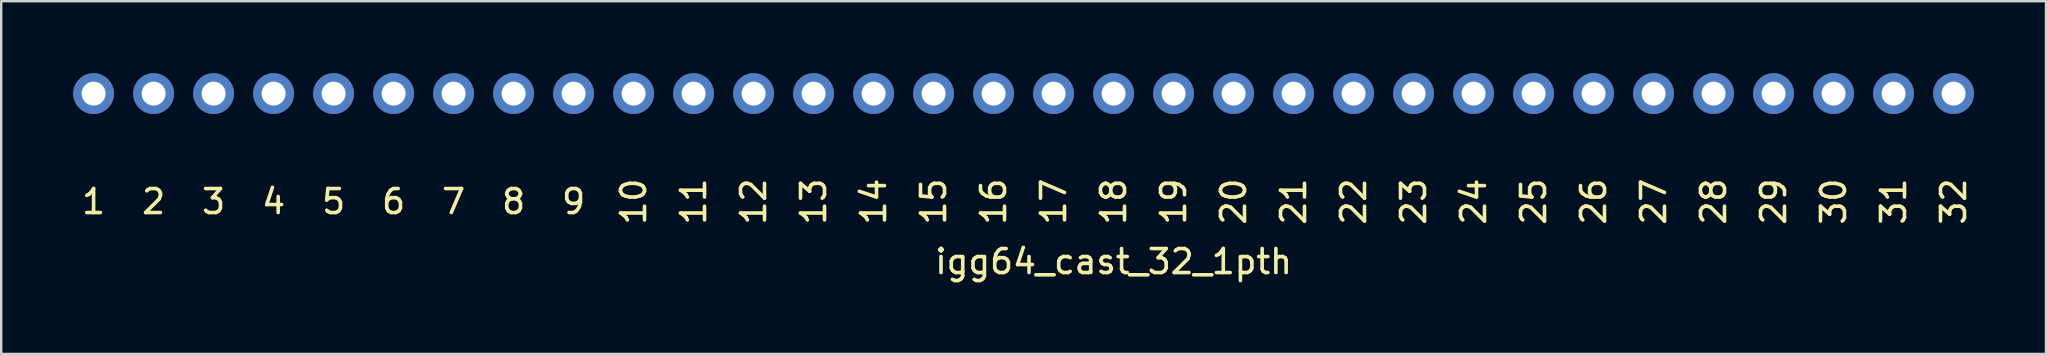
<source format=kicad_pcb>
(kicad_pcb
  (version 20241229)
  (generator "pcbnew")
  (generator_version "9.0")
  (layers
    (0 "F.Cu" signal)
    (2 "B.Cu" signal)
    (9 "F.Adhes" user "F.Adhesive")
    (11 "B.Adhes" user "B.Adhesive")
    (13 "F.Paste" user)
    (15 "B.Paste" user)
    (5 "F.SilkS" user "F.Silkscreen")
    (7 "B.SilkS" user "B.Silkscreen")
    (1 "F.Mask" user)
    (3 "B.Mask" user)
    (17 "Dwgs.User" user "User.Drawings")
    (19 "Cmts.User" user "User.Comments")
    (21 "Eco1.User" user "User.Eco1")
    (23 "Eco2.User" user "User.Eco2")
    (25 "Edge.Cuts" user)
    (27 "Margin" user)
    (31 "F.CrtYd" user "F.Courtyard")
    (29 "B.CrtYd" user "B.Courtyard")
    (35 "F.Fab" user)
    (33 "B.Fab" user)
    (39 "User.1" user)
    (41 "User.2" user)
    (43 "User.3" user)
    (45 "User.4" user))
  (footprint "igg64_cast_32_1pth"
    (layer "F.Cu")
    (at 38.35 2.85)
    (property "Reference" "igg64_cast_32_1pth" (at 5 5 0) (layer "F.SilkS") (effects (font (size 1 1) (thickness 0.15))))
    (attr through_hole)
    (fp_text user "20" (at 10 2.5 90) (layer "F.SilkS") (effects (font (size 1 1) (thickness 0.15))))
    (fp_text user "10" (at -15 2.5 90) (layer "F.SilkS") (effects (font (size 1 1) (thickness 0.15))))
    (fp_text user "12" (at -10 2.5 90) (layer "F.SilkS") (effects (font (size 1 1) (thickness 0.15))))
    (fp_text user "31" (at 37.5 2.5 90) (layer "F.SilkS") (effects (font (size 1 1) (thickness 0.15))))
    (fp_text user "6" (at -25 2.5 0) (layer "F.SilkS") (effects (font (size 1 1) (thickness 0.15))))
    (fp_text user "18" (at 5 2.5 90) (layer "F.SilkS") (effects (font (size 1 1) (thickness 0.15))))
    (fp_text user "29" (at 32.5 2.5 90) (layer "F.SilkS") (effects (font (size 1 1) (thickness 0.15))))
    (fp_text user "23" (at 17.5 2.5 90) (layer "F.SilkS") (effects (font (size 1 1) (thickness 0.15))))
    (fp_text user "15" (at -2.5 2.5 90) (layer "F.SilkS") (effects (font (size 1 1) (thickness 0.15))))
    (fp_text user "16" (at 0 2.5 90) (layer "F.SilkS") (effects (font (size 1 1) (thickness 0.15))))
    (fp_text user "25" (at 22.5 2.5 90) (layer "F.SilkS") (effects (font (size 1 1) (thickness 0.15))))
    (fp_text user "3" (at -32.5 2.5 0) (layer "F.SilkS") (effects (font (size 1 1) (thickness 0.15))))
    (fp_text user "2" (at -35 2.5 0) (layer "F.SilkS") (effects (font (size 1 1) (thickness 0.15))))
    (fp_text user "32" (at 40 2.5 90) (layer "F.SilkS") (effects (font (size 1 1) (thickness 0.15))))
    (fp_text user "21" (at 12.5 2.5 90) (layer "F.SilkS") (effects (font (size 1 1) (thickness 0.15))))
    (fp_text user "4" (at -30 2.5 0) (layer "F.SilkS") (effects (font (size 1 1) (thickness 0.15))))
    (fp_text user "8" (at -20 2.5 0) (layer "F.SilkS") (effects (font (size 1 1) (thickness 0.15))))
    (fp_text user "22" (at 15 2.5 90) (layer "F.SilkS") (effects (font (size 1 1) (thickness 0.15))))
    (fp_text user "11" (at -12.5 2.5 90) (layer "F.SilkS") (effects (font (size 1 1) (thickness 0.15))))
    (fp_text user "24" (at 20 2.5 90) (layer "F.SilkS") (effects (font (size 1 1) (thickness 0.15))))
    (fp_text user "9" (at -17.5 2.5 0) (layer "F.SilkS") (effects (font (size 1 1) (thickness 0.15))))
    (fp_text user "14" (at -5 2.5 90) (layer "F.SilkS") (effects (font (size 1 1) (thickness 0.15))))
    (fp_text user "30" (at 35 2.5 90) (layer "F.SilkS") (effects (font (size 1 1) (thickness 0.15))))
    (fp_text user "27" (at 27.5 2.5 90) (layer "F.SilkS") (effects (font (size 1 1) (thickness 0.15))))
    (fp_text user "26" (at 25 2.5 90) (layer "F.SilkS") (effects (font (size 1 1) (thickness 0.15))))
    (fp_text user "7" (at -22.5 2.5 0) (layer "F.SilkS") (effects (font (size 1 1) (thickness 0.15))))
    (fp_text user "5" (at -27.5 2.5 0) (layer "F.SilkS") (effects (font (size 1 1) (thickness 0.15))))
    (fp_text user "19" (at 7.5 2.5 90) (layer "F.SilkS") (effects (font (size 1 1) (thickness 0.15))))
    (fp_text user "17" (at 2.5 2.5 90) (layer "F.SilkS") (effects (font (size 1 1) (thickness 0.15))))
    (fp_text user "1" (at -37.5 2.5 0) (layer "F.SilkS") (effects (font (size 1 1) (thickness 0.15))))
    (fp_text user "28" (at 30 2.5 90) (layer "F.SilkS") (effects (font (size 1 1) (thickness 0.15))))
    (fp_text user "13" (at -7.5 2.5 90) (layer "F.SilkS") (effects (font (size 1 1) (thickness 0.15))))
    (pad "1" thru_hole circle (at -37.5 -2) (size 1.7 1.7) (drill 1) (layers "*.Cu" "*.Mask"))
    (pad "2" thru_hole circle (at -35 -2) (size 1.7 1.7) (drill 1) (layers "*.Cu" "*.Mask"))
    (pad "3" thru_hole circle (at -32.5 -2) (size 1.7 1.7) (drill 1) (layers "*.Cu" "*.Mask"))
    (pad "4" thru_hole circle (at -30 -2) (size 1.7 1.7) (drill 1) (layers "*.Cu" "*.Mask"))
    (pad "5" thru_hole circle (at -27.5 -2) (size 1.7 1.7) (drill 1) (layers "*.Cu" "*.Mask"))
    (pad "6" thru_hole circle (at -25 -2) (size 1.7 1.7) (drill 1) (layers "*.Cu" "*.Mask"))
    (pad "7" thru_hole circle (at -22.5 -2) (size 1.7 1.7) (drill 1) (layers "*.Cu" "*.Mask"))
    (pad "8" thru_hole circle (at -20 -2) (size 1.7 1.7) (drill 1) (layers "*.Cu" "*.Mask"))
    (pad "9" thru_hole circle (at -17.5 -2) (size 1.7 1.7) (drill 1) (layers "*.Cu" "*.Mask"))
    (pad "10" thru_hole circle (at -15 -2) (size 1.7 1.7) (drill 1) (layers "*.Cu" "*.Mask"))
    (pad "11" thru_hole circle (at -12.5 -2) (size 1.7 1.7) (drill 1) (layers "*.Cu" "*.Mask"))
    (pad "12" thru_hole circle (at -10 -2) (size 1.7 1.7) (drill 1) (layers "*.Cu" "*.Mask"))
    (pad "13" thru_hole circle (at -7.5 -2) (size 1.7 1.7) (drill 1) (layers "*.Cu" "*.Mask"))
    (pad "14" thru_hole circle (at -5 -2) (size 1.7 1.7) (drill 1) (layers "*.Cu" "*.Mask"))
    (pad "15" thru_hole circle (at -2.5 -2) (size 1.7 1.7) (drill 1) (layers "*.Cu" "*.Mask"))
    (pad "16" thru_hole circle (at 0 -2) (size 1.7 1.7) (drill 1) (layers "*.Cu" "*.Mask"))
    (pad "17" thru_hole circle (at 2.5 -2) (size 1.7 1.7) (drill 1) (layers "*.Cu" "*.Mask"))
    (pad "18" thru_hole circle (at 5 -2) (size 1.7 1.7) (drill 1) (layers "*.Cu" "*.Mask"))
    (pad "19" thru_hole circle (at 7.5 -2) (size 1.7 1.7) (drill 1) (layers "*.Cu" "*.Mask"))
    (pad "20" thru_hole circle (at 10 -2) (size 1.7 1.7) (drill 1) (layers "*.Cu" "*.Mask"))
    (pad "21" thru_hole circle (at 12.5 -2) (size 1.7 1.7) (drill 1) (layers "*.Cu" "*.Mask"))
    (pad "22" thru_hole circle (at 15 -2) (size 1.7 1.7) (drill 1) (layers "*.Cu" "*.Mask"))
    (pad "23" thru_hole circle (at 17.5 -2) (size 1.7 1.7) (drill 1) (layers "*.Cu" "*.Mask"))
    (pad "24" thru_hole circle (at 20 -2) (size 1.7 1.7) (drill 1) (layers "*.Cu" "*.Mask"))
    (pad "25" thru_hole circle (at 22.5 -2) (size 1.7 1.7) (drill 1) (layers "*.Cu" "*.Mask"))
    (pad "26" thru_hole circle (at 25 -2) (size 1.7 1.7) (drill 1) (layers "*.Cu" "*.Mask"))
    (pad "27" thru_hole circle (at 27.5 -2) (size 1.7 1.7) (drill 1) (layers "*.Cu" "*.Mask"))
    (pad "28" thru_hole circle (at 30 -2) (size 1.7 1.7) (drill 1) (layers "*.Cu" "*.Mask"))
    (pad "29" thru_hole circle (at 32.5 -2) (size 1.7 1.7) (drill 1) (layers "*.Cu" "*.Mask"))
    (pad "30" thru_hole circle (at 35 -2) (size 1.7 1.7) (drill 1) (layers "*.Cu" "*.Mask"))
    (pad "31" thru_hole circle (at 37.5 -2) (size 1.7 1.7) (drill 1) (layers "*.Cu" "*.Mask"))
    (pad "32" thru_hole circle (at 40 -2) (size 1.7 1.7) (drill 1) (layers "*.Cu" "*.Mask")))
  (gr_rect
    (start -3 -3)
    (end 82.2 11.698)
    (stroke (width 0.1) (type default))
    (fill no)
    (layer "Edge.Cuts")))
</source>
